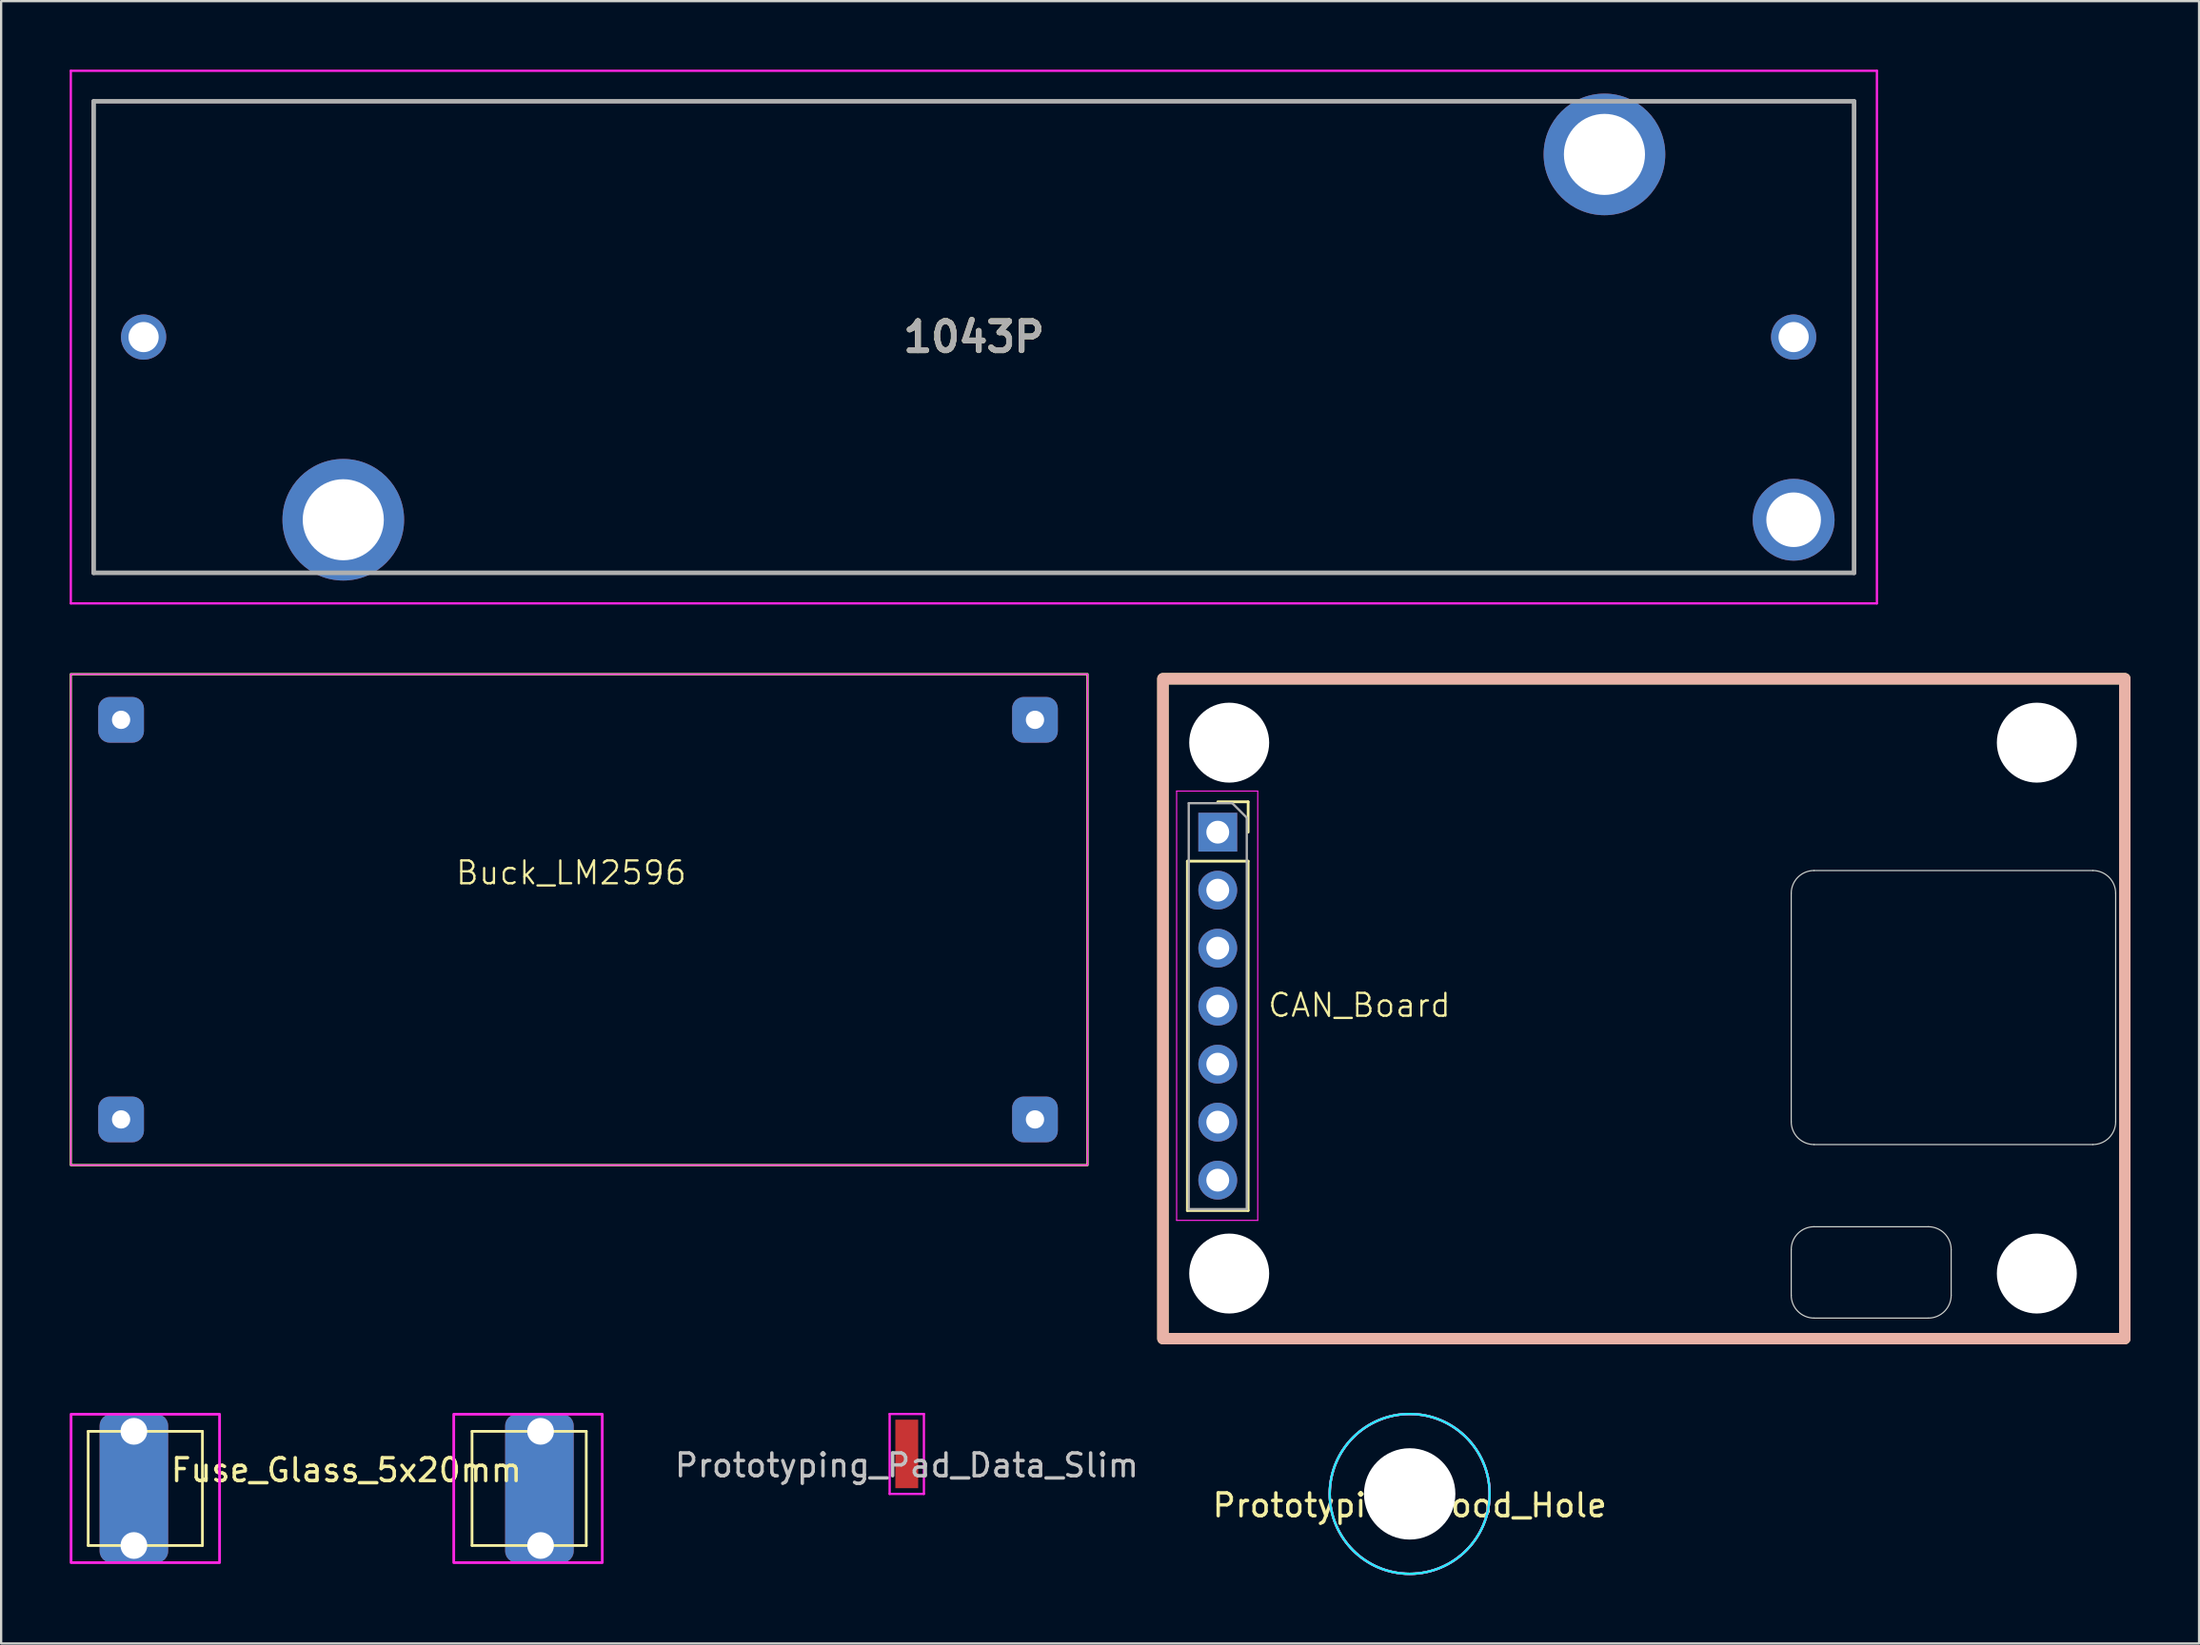
<source format=kicad_pcb>
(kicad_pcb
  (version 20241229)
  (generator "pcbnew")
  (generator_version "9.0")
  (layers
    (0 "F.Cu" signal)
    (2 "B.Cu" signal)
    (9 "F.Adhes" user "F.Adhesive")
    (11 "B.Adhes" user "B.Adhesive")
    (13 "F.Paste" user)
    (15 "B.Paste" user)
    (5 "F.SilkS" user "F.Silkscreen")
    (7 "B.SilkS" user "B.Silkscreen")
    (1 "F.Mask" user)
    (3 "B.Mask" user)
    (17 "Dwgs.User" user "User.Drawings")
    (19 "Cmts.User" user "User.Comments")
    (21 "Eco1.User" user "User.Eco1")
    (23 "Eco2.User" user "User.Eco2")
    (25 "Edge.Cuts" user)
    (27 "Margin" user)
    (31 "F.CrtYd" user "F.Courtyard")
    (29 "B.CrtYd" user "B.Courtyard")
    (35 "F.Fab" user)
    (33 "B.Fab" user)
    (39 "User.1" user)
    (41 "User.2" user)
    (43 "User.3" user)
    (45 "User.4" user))
  (footprint "Prototyping_Wood_Hole"
    (layer "F.Cu")
    (at 58.65 62.374)
    (property "Reference" "Prototyping_Wood_Hole" (at 0 0.5 0) (layer "F.SilkS") (effects (font (size 1 1) (thickness 0.15))))
    (attr through_hole)
    (fp_circle (center 0 0) (end 3.5 0) (stroke (width 0.1) (type solid)) (fill no) (layer "F.SilkS"))
    (fp_circle (center 0 0) (end 3.5 0) (stroke (width 0.1) (type solid)) (fill no) (layer "B.SilkS"))
    (fp_circle (center 0 0) (end 3.5 0) (stroke (width 0.1) (type solid)) (fill no) (layer "B.CrtYd"))
    (fp_circle (center 0 0) (end 3.5 0) (stroke (width 0.1) (type solid)) (fill no) (layer "F.CrtYd"))
    (pad "" np_thru_hole circle (at 0 0) (size 4 4) (drill 4) (layers "*.Cu" "*.Mask")))
  (footprint "Prototyping_Pad_Data_Slim"
    (layer "F.Cu")
    (at 36.638 60.624)
    (property "Reference" "Prototyping_Pad_Data_Slim" (at 0 0.5 0) (layer "Dwgs.User") (effects (font (size 1 1) (thickness 0.15))))
    (attr smd)
    (fp_line (start -0.75 1.75) (end -0.75 -1.75) (stroke (width 0.1) (type solid)) (layer "F.CrtYd"))
    (fp_line (start 0.75 -1.75) (end -0.75 -1.75) (stroke (width 0.1) (type solid)) (layer "F.CrtYd"))
    (fp_line (start 0.75 -1.75) (end 0.75 1.75) (stroke (width 0.1) (type solid)) (layer "F.CrtYd"))
    (fp_line (start 0.75 1.75) (end -0.75 1.75) (stroke (width 0.1) (type solid)) (layer "F.CrtYd"))
    (pad "1" smd rect (at 0 0) (size 1 3) (layers "F.Cu" "F.Mask" "F.Paste")))
  (footprint "Buck_LM2596"
    (layer "F.Cu")
    (at 2.25 28.474)
    (property "Reference" "Buck_LM2596" (at 19.7 6.7 0) (unlocked yes) (layer "F.SilkS") (effects (font (size 1 1) (thickness 0.1))))
    (attr through_hole)
    (fp_rect (start -2.2 -2) (end 42.3 19.5) (stroke (width 0.1) (type default)) (fill no) (layer "F.SilkS"))
    (fp_rect (start -2.2 -2) (end 42.3 19.5) (stroke (width 0.05) (type default)) (fill no) (layer "F.CrtYd"))
    (pad "1" thru_hole roundrect (at 0 0) (size 2 2) (drill 0.8) (layers "*.Cu" "*.Mask") (roundrect_rratio 0.25))
    (pad "2" thru_hole roundrect (at 0 17.5) (size 2 2) (drill 0.8) (layers "*.Cu" "*.Mask") (roundrect_rratio 0.25))
    (pad "3" thru_hole roundrect (at 40 0) (size 2 2) (drill 0.8) (layers "*.Cu" "*.Mask") (roundrect_rratio 0.25))
    (pad "4" thru_hole roundrect (at 40 17.5) (size 2 2) (drill 0.8) (layers "*.Cu" "*.Mask") (roundrect_rratio 0.25)))
  (footprint "CAN_Board"
    (layer "F.Cu")
    (at 50.75 29.474)
    (property "Reference" "CAN_Board" (at 5.7 11.5 0) (unlocked yes) (layer "F.SilkS") (effects (font (size 1 1) (thickness 0.1))))
    (attr through_hole)
    (fp_line (start -1.83 5.19) (end -1.83 20.49) (stroke (width 0.12) (type solid)) (layer "F.SilkS"))
    (fp_line (start -1.83 5.19) (end 0.83 5.19) (stroke (width 0.12) (type solid)) (layer "F.SilkS"))
    (fp_line (start -1.83 20.49) (end 0.83 20.49) (stroke (width 0.12) (type solid)) (layer "F.SilkS"))
    (fp_line (start -0.5 2.59) (end 0.83 2.59) (stroke (width 0.12) (type solid)) (layer "F.SilkS"))
    (fp_line (start 0.83 2.59) (end 0.83 3.92) (stroke (width 0.12) (type solid)) (layer "F.SilkS"))
    (fp_line (start 0.83 5.19) (end 0.83 20.49) (stroke (width 0.12) (type solid)) (layer "F.SilkS"))
    (fp_rect (start -2.9 -2.8) (end 39.2 26.1) (stroke (width 0.5) (type default)) (fill no) (layer "F.SilkS"))
    (fp_rect (start -2.9 -2.8) (end 39.2 26.1) (stroke (width 0.5) (type default)) (fill no) (layer "B.SilkS"))
    (fp_line (start 24.6 16.6) (end 24.6 6.6) (stroke (width 0.05) (type default)) (layer "Edge.Cuts"))
    (fp_line (start 24.6 22.2) (end 24.6 24.2) (stroke (width 0.05) (type default)) (layer "Edge.Cuts"))
    (fp_line (start 25.6 5.6) (end 37.8 5.6) (stroke (width 0.05) (type default)) (layer "Edge.Cuts"))
    (fp_line (start 25.6 25.2) (end 30.6 25.2) (stroke (width 0.05) (type default)) (layer "Edge.Cuts"))
    (fp_line (start 30.6 21.2) (end 25.6 21.2) (stroke (width 0.05) (type default)) (layer "Edge.Cuts"))
    (fp_line (start 31.6 24.2) (end 31.6 22.2) (stroke (width 0.05) (type default)) (layer "Edge.Cuts"))
    (fp_line (start 37.8 17.6) (end 25.6 17.6) (stroke (width 0.05) (type default)) (layer "Edge.Cuts"))
    (fp_line (start 38.8 6.6) (end 38.8 16.6) (stroke (width 0.05) (type default)) (layer "Edge.Cuts"))
    (fp_arc (start 24.6 6.6) (mid 24.892893 5.892893) (end 25.6 5.6) (stroke (width 0.05) (type default)) (layer "Edge.Cuts"))
    (fp_arc (start 24.6 22.2) (mid 24.892893 21.492893) (end 25.6 21.2) (stroke (width 0.05) (type default)) (layer "Edge.Cuts"))
    (fp_arc (start 25.6 17.6) (mid 24.892893 17.307107) (end 24.6 16.6) (stroke (width 0.05) (type default)) (layer "Edge.Cuts"))
    (fp_arc (start 25.6 25.2) (mid 24.892893 24.907107) (end 24.6 24.2) (stroke (width 0.05) (type default)) (layer "Edge.Cuts"))
    (fp_arc (start 30.6 21.2) (mid 31.307107 21.492893) (end 31.6 22.2) (stroke (width 0.05) (type default)) (layer "Edge.Cuts"))
    (fp_arc (start 31.6 24.2) (mid 31.307107 24.907107) (end 30.6 25.2) (stroke (width 0.05) (type default)) (layer "Edge.Cuts"))
    (fp_arc (start 37.8 5.6) (mid 38.507107 5.892893) (end 38.8 6.6) (stroke (width 0.05) (type default)) (layer "Edge.Cuts"))
    (fp_arc (start 38.8 16.6) (mid 38.507107 17.307107) (end 37.8 17.6) (stroke (width 0.05) (type default)) (layer "Edge.Cuts"))
    (fp_line (start -2.3 2.12) (end 1.25 2.12) (stroke (width 0.05) (type solid)) (layer "F.CrtYd"))
    (fp_line (start -2.3 20.92) (end -2.3 2.12) (stroke (width 0.05) (type solid)) (layer "F.CrtYd"))
    (fp_line (start 1.25 2.12) (end 1.25 20.92) (stroke (width 0.05) (type solid)) (layer "F.CrtYd"))
    (fp_line (start 1.25 20.92) (end -2.3 20.92) (stroke (width 0.05) (type solid)) (layer "F.CrtYd"))
    (fp_line (start -1.77 2.65) (end 0.135 2.65) (stroke (width 0.1) (type solid)) (layer "F.Fab"))
    (fp_line (start -1.77 20.43) (end -1.77 2.65) (stroke (width 0.1) (type solid)) (layer "F.Fab"))
    (fp_line (start 0.135 2.65) (end 0.77 3.285) (stroke (width 0.1) (type solid)) (layer "F.Fab"))
    (fp_line (start 0.77 3.285) (end 0.77 20.43) (stroke (width 0.1) (type solid)) (layer "F.Fab"))
    (fp_line (start 0.77 20.43) (end -1.77 20.43) (stroke (width 0.1) (type solid)) (layer "F.Fab"))
    (pad "" np_thru_hole circle (at 0 0) (size 3.5 3.5) (drill 3.5) (layers "*.Cu" "*.Mask"))
    (pad "" np_thru_hole circle (at 0 23.25) (size 3.5 3.5) (drill 3.5) (layers "*.Cu" "*.Mask"))
    (pad "" np_thru_hole circle (at 35.35 0) (size 3.5 3.5) (drill 3.5) (layers "*.Cu" "*.Mask"))
    (pad "" np_thru_hole circle (at 35.35 23.25) (size 3.5 3.5) (drill 3.5) (layers "*.Cu" "*.Mask"))
    (pad "1" thru_hole rect (at -0.5 3.92) (size 1.7 1.7) (drill 1) (layers "*.Cu" "*.Mask"))
    (pad "2" thru_hole oval (at -0.5 6.46) (size 1.7 1.7) (drill 1) (layers "*.Cu" "*.Mask"))
    (pad "3" thru_hole oval (at -0.5 9) (size 1.7 1.7) (drill 1) (layers "*.Cu" "*.Mask"))
    (pad "4" thru_hole oval (at -0.5 11.54) (size 1.7 1.7) (drill 1) (layers "*.Cu" "*.Mask"))
    (pad "5" thru_hole oval (at -0.5 14.08) (size 1.7 1.7) (drill 1) (layers "*.Cu" "*.Mask"))
    (pad "6" thru_hole oval (at -0.5 16.62) (size 1.7 1.7) (drill 1) (layers "*.Cu" "*.Mask"))
    (pad "7" thru_hole oval (at -0.5 19.16) (size 1.7 1.7) (drill 1) (layers "*.Cu" "*.Mask")))
  (footprint "1043P"
    (layer "F.Cu")
    (at 39.575 11.712)
    (property "Reference" "1043P" (at 0 0 0) (layer "F.SilkS") (effects (font (size 1.27 1.27) (thickness 0.254))))
    (attr through_hole)
    (fp_line (start -38.525 -10.325) (end 24 -10.325) (stroke (width 0.1) (type solid)) (layer "F.SilkS"))
    (fp_line (start -38.525 10.325) (end -38.525 -10.325) (stroke (width 0.1) (type solid)) (layer "F.SilkS"))
    (fp_line (start -31 10.325) (end -38.525 10.325) (stroke (width 0.1) (type solid)) (layer "F.SilkS"))
    (fp_line (start 31 -10.325) (end 38.525 -10.325) (stroke (width 0.1) (type solid)) (layer "F.SilkS"))
    (fp_line (start 38.525 -10.325) (end 38.525 10.325) (stroke (width 0.1) (type solid)) (layer "F.SilkS"))
    (fp_line (start 38.525 10.325) (end -24 10.325) (stroke (width 0.1) (type solid)) (layer "F.SilkS"))
    (fp_line (start -39.525 -11.662) (end 39.525 -11.662) (stroke (width 0.1) (type solid)) (layer "F.CrtYd"))
    (fp_line (start -39.525 11.662) (end -39.525 -11.662) (stroke (width 0.1) (type solid)) (layer "F.CrtYd"))
    (fp_line (start 39.525 -11.662) (end 39.525 11.662) (stroke (width 0.1) (type solid)) (layer "F.CrtYd"))
    (fp_line (start 39.525 11.662) (end -39.525 11.662) (stroke (width 0.1) (type solid)) (layer "F.CrtYd"))
    (fp_line (start -38.525 -10.325) (end 38.525 -10.325) (stroke (width 0.2) (type solid)) (layer "F.Fab"))
    (fp_line (start -38.525 10.325) (end -38.525 -10.325) (stroke (width 0.2) (type solid)) (layer "F.Fab"))
    (fp_line (start 38.525 -10.325) (end 38.525 10.325) (stroke (width 0.2) (type solid)) (layer "F.Fab"))
    (fp_line (start 38.525 10.325) (end -38.525 10.325) (stroke (width 0.2) (type solid)) (layer "F.Fab"))
    (fp_text user "${REFERENCE}" (at 0 0 0) (layer "F.Fab") (effects (font (size 1.27 1.27) (thickness 0.254))))
    (pad "1" thru_hole circle (at -36.34 0) (size 1.98 1.98) (drill 1.32) (layers "*.Cu" "*.Mask"))
    (pad "2" thru_hole circle (at 35.88 0) (size 1.98 1.98) (drill 1.32) (layers "*.Cu" "*.Mask"))
    (pad "3" thru_hole circle (at 27.6 -8) (size 5.325 5.325) (drill 3.55) (layers "*.Cu" "*.Mask"))
    (pad "4" thru_hole circle (at 35.88 8) (size 3.585 3.585) (drill 2.39) (layers "*.Cu" "*.Mask"))
    (pad "5" thru_hole circle (at -27.6 8) (size 5.325 5.325) (drill 3.55) (layers "*.Cu" "*.Mask")))
  (footprint "Fuse_Glass_5x20mm"
    (layer "F.Cu")
    (at 2.81 59.634)
    (property "Reference" "Fuse_Glass_5x20mm" (at 9.3 1.7 0) (unlocked yes) (layer "F.SilkS") (effects (font (size 1 1) (thickness 0.15))))
    (attr through_hole)
    (fp_rect (start -2 0) (end -2 5) (stroke (width 0.12) (type solid)) (fill no) (layer "F.SilkS"))
    (fp_rect (start -2 0) (end 3 0) (stroke (width 0.12) (type solid)) (fill no) (layer "F.SilkS"))
    (fp_rect (start 3 0) (end 3 5) (stroke (width 0.12) (type solid)) (fill no) (layer "F.SilkS"))
    (fp_rect (start 3 5) (end -2 5) (stroke (width 0.12) (type solid)) (fill no) (layer "F.SilkS"))
    (fp_rect (start 14.8 0) (end 14.8 5) (stroke (width 0.12) (type solid)) (fill no) (layer "F.SilkS"))
    (fp_rect (start 14.8 0) (end 19.8 0) (stroke (width 0.12) (type solid)) (fill no) (layer "F.SilkS"))
    (fp_rect (start 19.8 0) (end 19.8 5) (stroke (width 0.12) (type solid)) (fill no) (layer "F.SilkS"))
    (fp_rect (start 19.8 5) (end 14.8 5) (stroke (width 0.12) (type solid)) (fill no) (layer "F.SilkS"))
    (fp_rect (start -2.75 -0.75) (end 3.75 5.75) (stroke (width 0.12) (type solid)) (fill no) (layer "F.CrtYd"))
    (fp_rect (start 14 -0.75) (end 20.5 5.75) (stroke (width 0.12) (type solid)) (fill no) (layer "F.CrtYd"))
    (pad "1" thru_hole circle (at 0 0) (size 1.5 1.5) (drill 1.17) (layers "*.Cu" "*.Mask"))
    (pad "1" smd roundrect (at 0 2.5) (size 3 6.5) (layers "F.Cu" "F.Paste") (roundrect_rratio 0.167))
    (pad "1" smd roundrect (at 0 2.5) (size 3 6.5) (layers "B.Cu" "B.Mask" "B.Paste") (roundrect_rratio 0.167))
    (pad "1" thru_hole circle (at 0 5) (size 1.5 1.5) (drill 1.17) (layers "*.Cu" "*.Mask"))
    (pad "2" smd roundrect (at 17.75 2.5) (size 3 6.5) (layers "F.Cu" "F.Paste") (roundrect_rratio 0.167))
    (pad "2" smd roundrect (at 17.75 2.5) (size 3 6.5) (layers "B.Cu" "B.Mask" "B.Paste") (roundrect_rratio 0.167))
    (pad "2" thru_hole circle (at 17.8 0) (size 1.5 1.5) (drill 1.17) (layers "*.Cu" "*.Mask"))
    (pad "2" thru_hole circle (at 17.8 5) (size 1.5 1.5) (drill 1.17) (layers "*.Cu" "*.Mask")))
  (gr_rect
    (start -3 -3)
    (end 93.2 68.924)
    (stroke (width 0.1) (type default))
    (fill no)
    (layer "Edge.Cuts")))
</source>
